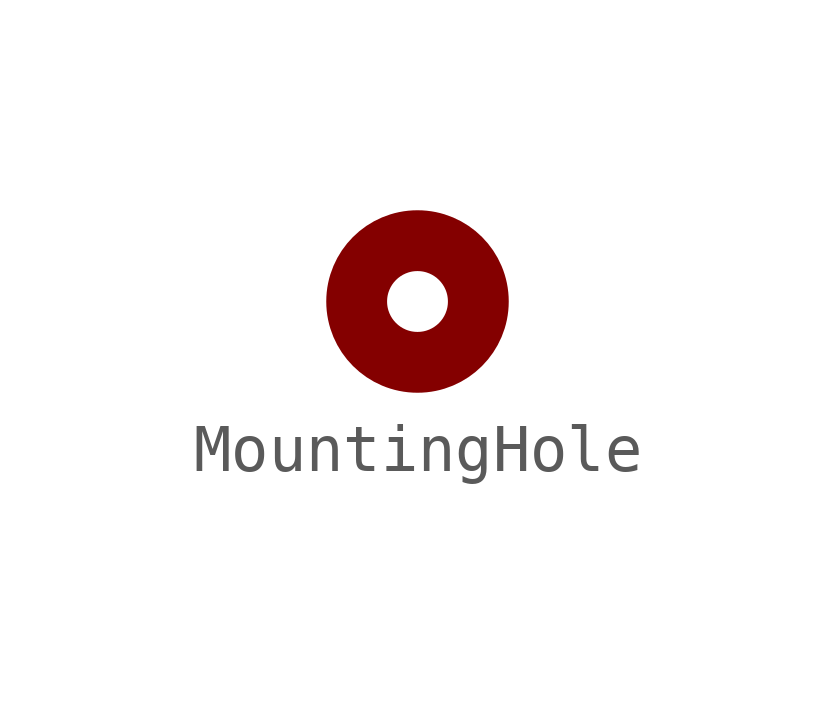
<source format=kicad_sym>
(kicad_symbol_lib
  (version 20211014)
  (generator kicad_symbol_editor)
  (symbol "MountingHole"
    (pin_names
      (offset 1.016))
    (property "Reference" "H"
      (at 0 5.08 0)
      (effects (font (size 1.27 1.27)) hide))
    (symbol "MountingHole_0_1"
      (circle (center 0 0) (radius 1.27) (stroke (width 1.27) (type default) (color 0 0 0 0)) (fill (type none))))))
</source>
